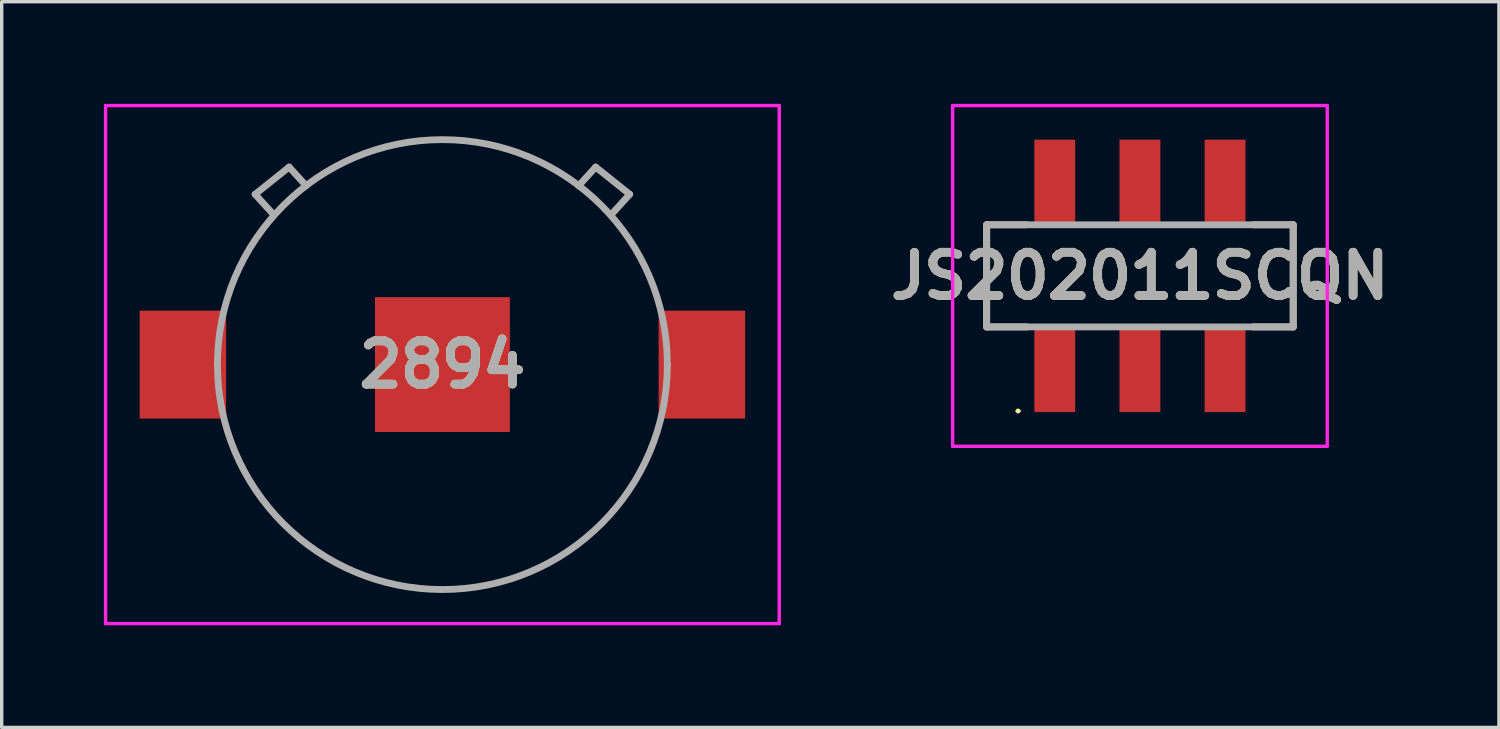
<source format=kicad_pcb>
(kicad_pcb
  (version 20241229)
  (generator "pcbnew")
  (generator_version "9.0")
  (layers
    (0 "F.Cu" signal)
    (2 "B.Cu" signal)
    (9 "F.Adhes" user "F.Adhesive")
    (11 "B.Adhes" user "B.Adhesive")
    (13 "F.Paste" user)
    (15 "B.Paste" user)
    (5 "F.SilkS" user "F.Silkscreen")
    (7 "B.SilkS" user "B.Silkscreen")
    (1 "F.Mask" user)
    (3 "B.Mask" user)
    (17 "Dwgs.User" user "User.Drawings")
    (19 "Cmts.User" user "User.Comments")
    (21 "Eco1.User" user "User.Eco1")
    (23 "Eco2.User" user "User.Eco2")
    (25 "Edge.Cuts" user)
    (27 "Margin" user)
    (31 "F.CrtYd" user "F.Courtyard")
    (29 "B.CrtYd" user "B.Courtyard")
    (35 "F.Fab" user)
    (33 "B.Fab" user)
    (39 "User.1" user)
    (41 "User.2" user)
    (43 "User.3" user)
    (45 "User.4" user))
  (footprint "2894"
    (layer "F.Cu")
    (at 9.94 7.655)
    (property "Reference" "2894" (at 0 0 0) (layer "F.SilkS") (effects (font (size 1.27 1.27) (thickness 0.254))))
    (attr smd)
    (fp_line (start -5.5 -5) (end -4.5 -5.8) (stroke (width 0.1) (type solid)) (layer "F.SilkS"))
    (fp_line (start -5 -4.45) (end -5.5 -5) (stroke (width 0.1) (type solid)) (layer "F.SilkS"))
    (fp_line (start -4.5 -5.8) (end -4 -5.25) (stroke (width 0.1) (type solid)) (layer "F.SilkS"))
    (fp_line (start 4 -5.25) (end 4.5 -5.8) (stroke (width 0.1) (type solid)) (layer "F.SilkS"))
    (fp_line (start 4.5 -5.8) (end 5.5 -5) (stroke (width 0.1) (type solid)) (layer "F.SilkS"))
    (fp_line (start 5.5 -5) (end 5 -4.45) (stroke (width 0.1) (type solid)) (layer "F.SilkS"))
    (fp_line (start -9.89 -7.605) (end 9.89 -7.605) (stroke (width 0.1) (type solid)) (layer "F.CrtYd"))
    (fp_line (start -9.89 7.605) (end -9.89 -7.605) (stroke (width 0.1) (type solid)) (layer "F.CrtYd"))
    (fp_line (start 9.89 -7.605) (end 9.89 7.605) (stroke (width 0.1) (type solid)) (layer "F.CrtYd"))
    (fp_line (start 9.89 7.605) (end -9.89 7.605) (stroke (width 0.1) (type solid)) (layer "F.CrtYd"))
    (fp_line (start -6.605 0) (end -6.605 0) (stroke (width 0.2) (type solid)) (layer "F.Fab"))
    (fp_line (start -5.5 -5) (end -4.5 -5.8) (stroke (width 0.2) (type solid)) (layer "F.Fab"))
    (fp_line (start -5 -4.45) (end -5.5 -5) (stroke (width 0.2) (type solid)) (layer "F.Fab"))
    (fp_line (start -4.5 -5.8) (end -4 -5.25) (stroke (width 0.2) (type solid)) (layer "F.Fab"))
    (fp_line (start 4.5 -5.8) (end 4 -5.25) (stroke (width 0.2) (type solid)) (layer "F.Fab"))
    (fp_line (start 5 -4.45) (end 5.5 -5) (stroke (width 0.2) (type solid)) (layer "F.Fab"))
    (fp_line (start 5.5 -5) (end 4.5 -5.8) (stroke (width 0.2) (type solid)) (layer "F.Fab"))
    (fp_line (start 6.605 0) (end 6.605 0) (stroke (width 0.2) (type solid)) (layer "F.Fab"))
    (fp_arc (start -6.605 0) (mid 0 -6.605) (end 6.605 0) (stroke (width 0.2) (type solid)) (layer "F.Fab"))
    (fp_arc (start 6.605 0) (mid 0 6.605) (end -6.605 0) (stroke (width 0.2) (type solid)) (layer "F.Fab"))
    (fp_text user "${REFERENCE}" (at 0 0 0) (layer "F.Fab") (effects (font (size 1.27 1.27) (thickness 0.254))))
    (pad "1" smd rect (at -7.62 0) (size 2.54 3.17) (layers "F.Cu" "F.Mask" "F.Paste"))
    (pad "2" smd rect (at 7.62 0) (size 2.54 3.17) (layers "F.Cu" "F.Mask" "F.Paste"))
    (pad "MP1" smd rect (at 0 0) (size 3.96 3.96) (layers "F.Cu" "F.Mask" "F.Paste")))
  (footprint "JS202011SCQN"
    (layer "F.Cu")
    (at 30.421 5.05)
    (property "Reference" "JS202011SCQN" (at 0 0.002 0) (layer "F.SilkS") (effects (font (size 1.27 1.27) (thickness 0.254))))
    (attr smd)
    (fp_line (start -4.5 -1.5) (end -4.5 1.5) (stroke (width 0.2) (type solid)) (layer "F.SilkS"))
    (fp_line (start -4.5 -1.5) (end -3.323 -1.5) (stroke (width 0.2) (type solid)) (layer "F.SilkS"))
    (fp_line (start -4.5 1.5) (end -3.323 1.5) (stroke (width 0.2) (type solid)) (layer "F.SilkS"))
    (fp_line (start -3.614 3.968) (end -3.614 3.968) (stroke (width 0.072) (type solid)) (layer "F.SilkS"))
    (fp_line (start -3.542 3.968) (end -3.542 3.968) (stroke (width 0.072) (type solid)) (layer "F.SilkS"))
    (fp_line (start 4.5 -1.5) (end 3.323 -1.5) (stroke (width 0.2) (type solid)) (layer "F.SilkS"))
    (fp_line (start 4.5 1.5) (end 3.323 1.5) (stroke (width 0.2) (type solid)) (layer "F.SilkS"))
    (fp_line (start 4.5 1.5) (end 4.5 -1.5) (stroke (width 0.2) (type solid)) (layer "F.SilkS"))
    (fp_arc (start -3.614 3.968) (mid -3.578 3.932) (end -3.542 3.968) (stroke (width 0.07159) (type solid)) (layer "F.SilkS"))
    (fp_arc (start -3.542 3.968) (mid -3.578 4.004) (end -3.614 3.968) (stroke (width 0.07159) (type solid)) (layer "F.SilkS"))
    (fp_line (start -5.5 -5) (end 5.5 -5) (stroke (width 0.1) (type solid)) (layer "F.CrtYd"))
    (fp_line (start -5.5 5.004) (end -5.5 -5) (stroke (width 0.1) (type solid)) (layer "F.CrtYd"))
    (fp_line (start 5.5 -5) (end 5.5 5.004) (stroke (width 0.1) (type solid)) (layer "F.CrtYd"))
    (fp_line (start 5.5 5.004) (end -5.5 5.004) (stroke (width 0.1) (type solid)) (layer "F.CrtYd"))
    (fp_line (start -4.5 -1.5) (end 4.5 -1.5) (stroke (width 0.2) (type solid)) (layer "F.Fab"))
    (fp_line (start -4.5 1.5) (end -4.5 -1.5) (stroke (width 0.2) (type solid)) (layer "F.Fab"))
    (fp_line (start 4.5 -1.5) (end 4.5 1.5) (stroke (width 0.2) (type solid)) (layer "F.Fab"))
    (fp_line (start 4.5 1.5) (end -4.5 1.5) (stroke (width 0.2) (type solid)) (layer "F.Fab"))
    (fp_text user "${REFERENCE}" (at 0 0.002 0) (layer "F.Fab") (effects (font (size 1.27 1.27) (thickness 0.254))))
    (pad "1" smd rect (at -2.5 2.75) (size 1.2 2.5) (layers "F.Cu" "F.Mask" "F.Paste"))
    (pad "2" smd rect (at 0 2.75) (size 1.2 2.5) (layers "F.Cu" "F.Mask" "F.Paste"))
    (pad "3" smd rect (at 2.5 2.75) (size 1.2 2.5) (layers "F.Cu" "F.Mask" "F.Paste"))
    (pad "4" smd rect (at 2.5 -2.75) (size 1.2 2.5) (layers "F.Cu" "F.Mask" "F.Paste"))
    (pad "5" smd rect (at 0 -2.75) (size 1.2 2.5) (layers "F.Cu" "F.Mask" "F.Paste"))
    (pad "6" smd rect (at -2.5 -2.75) (size 1.2 2.5) (layers "F.Cu" "F.Mask" "F.Paste")))
  (gr_rect
    (start -3 -3)
    (end 40.963 18.31)
    (stroke (width 0.1) (type default))
    (fill no)
    (layer "Edge.Cuts")))
</source>
